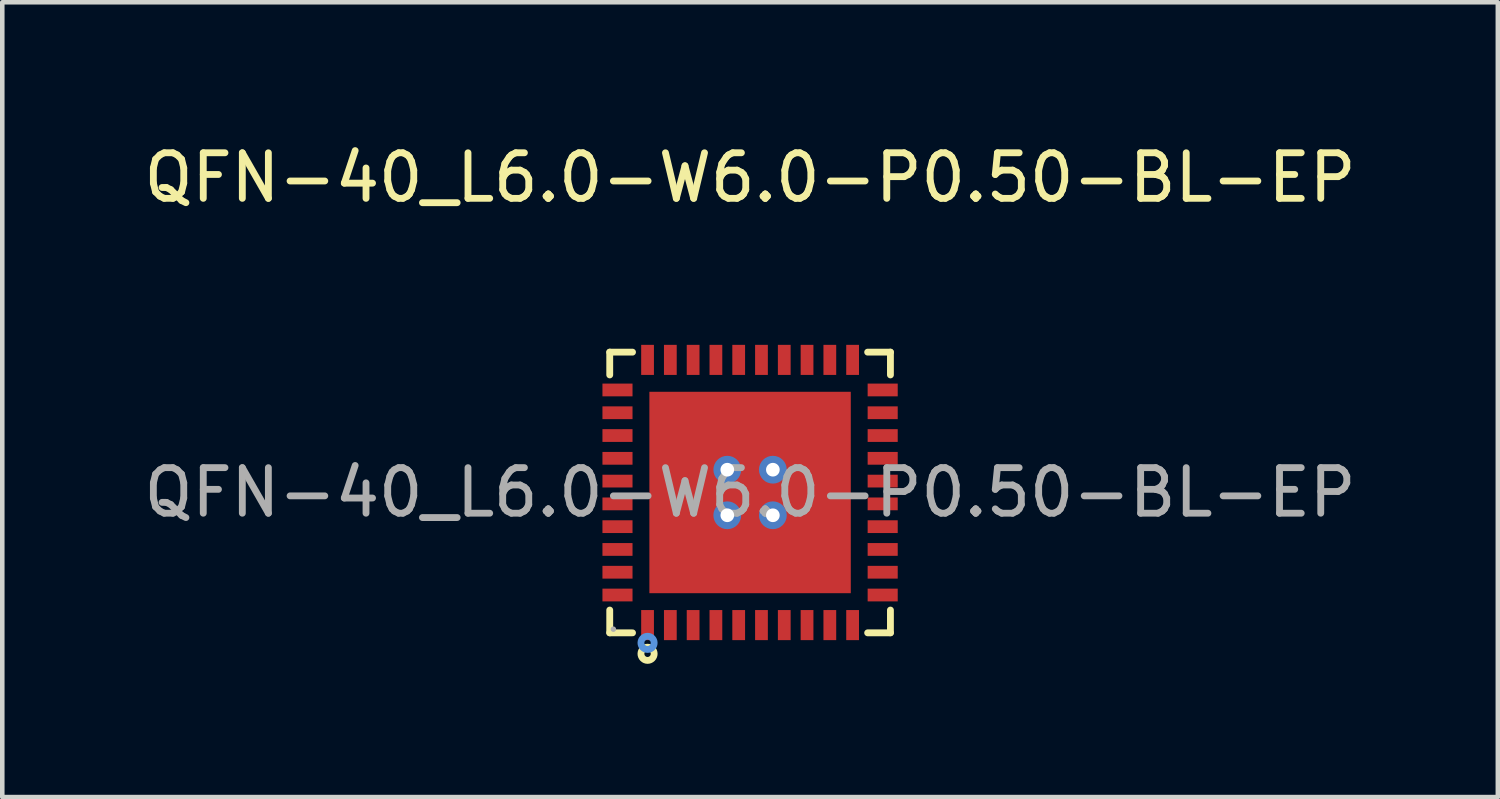
<source format=kicad_pcb>
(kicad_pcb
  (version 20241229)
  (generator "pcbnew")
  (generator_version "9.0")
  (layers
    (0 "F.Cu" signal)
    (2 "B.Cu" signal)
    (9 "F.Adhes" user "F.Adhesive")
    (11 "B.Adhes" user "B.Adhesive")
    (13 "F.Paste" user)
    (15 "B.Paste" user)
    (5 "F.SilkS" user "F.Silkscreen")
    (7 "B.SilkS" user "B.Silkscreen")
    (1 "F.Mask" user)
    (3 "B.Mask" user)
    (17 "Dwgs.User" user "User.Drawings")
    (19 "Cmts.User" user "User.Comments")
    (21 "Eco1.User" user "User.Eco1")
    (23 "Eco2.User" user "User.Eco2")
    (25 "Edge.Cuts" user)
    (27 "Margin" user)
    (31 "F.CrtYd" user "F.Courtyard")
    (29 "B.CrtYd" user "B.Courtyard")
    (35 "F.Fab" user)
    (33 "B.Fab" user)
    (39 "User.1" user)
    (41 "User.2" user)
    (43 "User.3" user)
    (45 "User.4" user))
  (footprint "QFN-40_L6.0-W6.0-P0.50-BL-EP"
    (layer "F.Cu")
    (at 13.411 7.758)
    (property "Reference" "QFN-40_L6.0-W6.0-P0.50-BL-EP" (at 0 -6.91 0) (layer "F.SilkS") (effects (font (size 1 1) (thickness 0.15))))
    (attr smd)
    (fp_line (start -3.08 -3.08) (end -2.58 -3.08) (stroke (width 0.15) (type solid)) (layer "F.SilkS"))
    (fp_line (start -3.08 -2.58) (end -3.08 -3.08) (stroke (width 0.15) (type solid)) (layer "F.SilkS"))
    (fp_line (start -3.08 2.58) (end -3.08 3.08) (stroke (width 0.15) (type solid)) (layer "F.SilkS"))
    (fp_line (start -3.08 3.08) (end -2.58 3.08) (stroke (width 0.15) (type solid)) (layer "F.SilkS"))
    (fp_line (start 3.08 -3.08) (end 2.58 -3.08) (stroke (width 0.15) (type solid)) (layer "F.SilkS"))
    (fp_line (start 3.08 -2.58) (end 3.08 -3.08) (stroke (width 0.15) (type solid)) (layer "F.SilkS"))
    (fp_line (start 3.08 2.58) (end 3.08 3.08) (stroke (width 0.15) (type solid)) (layer "F.SilkS"))
    (fp_line (start 3.08 3.08) (end 2.58 3.08) (stroke (width 0.15) (type solid)) (layer "F.SilkS"))
    (fp_circle (center -2.25 3.54) (end -2.18 3.54) (stroke (width 0.15) (type solid)) (fill no) (layer "F.SilkS"))
    (fp_circle (center -2.25 3.3) (end -2.18 3.3) (stroke (width 0.15) (type solid)) (fill no) (layer "Cmts.User"))
    (fp_circle (center -3 3) (end -2.97 3) (stroke (width 0.06) (type solid)) (fill no) (layer "F.Fab"))
    (fp_text user "${REFERENCE}" (at 0 0 0) (layer "F.Fab") (effects (font (size 1 1) (thickness 0.15))))
    (pad "" thru_hole circle (at -0.5 -0.5) (size 0.61 0.61) (drill 0.3) (layers "*.Cu" "*.Paste" "*.Mask"))
    (pad "" thru_hole circle (at -0.5 0.5) (size 0.61 0.61) (drill 0.3) (layers "*.Cu" "*.Paste" "*.Mask"))
    (pad "" thru_hole circle (at 0.5 -0.5) (size 0.61 0.61) (drill 0.3) (layers "*.Cu" "*.Paste" "*.Mask"))
    (pad "" thru_hole circle (at 0.5 0.5) (size 0.61 0.61) (drill 0.3) (layers "*.Cu" "*.Paste" "*.Mask"))
    (pad "1" smd rect (at -2.25 2.91) (size 0.28 0.66) (layers "F.Cu" "F.Mask" "F.Paste"))
    (pad "2" smd rect (at -1.75 2.91) (size 0.28 0.66) (layers "F.Cu" "F.Mask" "F.Paste"))
    (pad "3" smd rect (at -1.25 2.91) (size 0.28 0.66) (layers "F.Cu" "F.Mask" "F.Paste"))
    (pad "4" smd rect (at -0.75 2.91) (size 0.28 0.66) (layers "F.Cu" "F.Mask" "F.Paste"))
    (pad "5" smd rect (at -0.25 2.91) (size 0.28 0.66) (layers "F.Cu" "F.Mask" "F.Paste"))
    (pad "6" smd rect (at 0.25 2.91) (size 0.28 0.66) (layers "F.Cu" "F.Mask" "F.Paste"))
    (pad "7" smd rect (at 0.75 2.91) (size 0.28 0.66) (layers "F.Cu" "F.Mask" "F.Paste"))
    (pad "8" smd rect (at 1.25 2.91) (size 0.28 0.66) (layers "F.Cu" "F.Mask" "F.Paste"))
    (pad "9" smd rect (at 1.75 2.91) (size 0.28 0.66) (layers "F.Cu" "F.Mask" "F.Paste"))
    (pad "10" smd rect (at 2.25 2.91) (size 0.28 0.66) (layers "F.Cu" "F.Mask" "F.Paste"))
    (pad "11" smd rect (at 2.91 2.25) (size 0.66 0.28) (layers "F.Cu" "F.Mask" "F.Paste"))
    (pad "12" smd rect (at 2.91 1.75) (size 0.66 0.28) (layers "F.Cu" "F.Mask" "F.Paste"))
    (pad "13" smd rect (at 2.91 1.25) (size 0.66 0.28) (layers "F.Cu" "F.Mask" "F.Paste"))
    (pad "14" smd rect (at 2.91 0.75) (size 0.66 0.28) (layers "F.Cu" "F.Mask" "F.Paste"))
    (pad "15" smd rect (at 2.91 0.25) (size 0.66 0.28) (layers "F.Cu" "F.Mask" "F.Paste"))
    (pad "16" smd rect (at 2.91 -0.25) (size 0.66 0.28) (layers "F.Cu" "F.Mask" "F.Paste"))
    (pad "17" smd rect (at 2.91 -0.75) (size 0.66 0.28) (layers "F.Cu" "F.Mask" "F.Paste"))
    (pad "18" smd rect (at 2.91 -1.25) (size 0.66 0.28) (layers "F.Cu" "F.Mask" "F.Paste"))
    (pad "19" smd rect (at 2.91 -1.75) (size 0.66 0.28) (layers "F.Cu" "F.Mask" "F.Paste"))
    (pad "20" smd rect (at 2.91 -2.25) (size 0.66 0.28) (layers "F.Cu" "F.Mask" "F.Paste"))
    (pad "21" smd rect (at 2.25 -2.91) (size 0.28 0.66) (layers "F.Cu" "F.Mask" "F.Paste"))
    (pad "22" smd rect (at 1.75 -2.91) (size 0.28 0.66) (layers "F.Cu" "F.Mask" "F.Paste"))
    (pad "23" smd rect (at 1.25 -2.91) (size 0.28 0.66) (layers "F.Cu" "F.Mask" "F.Paste"))
    (pad "24" smd rect (at 0.75 -2.91) (size 0.28 0.66) (layers "F.Cu" "F.Mask" "F.Paste"))
    (pad "25" smd rect (at 0.25 -2.91) (size 0.28 0.66) (layers "F.Cu" "F.Mask" "F.Paste"))
    (pad "26" smd rect (at -0.25 -2.91) (size 0.28 0.66) (layers "F.Cu" "F.Mask" "F.Paste"))
    (pad "27" smd rect (at -0.75 -2.91) (size 0.28 0.66) (layers "F.Cu" "F.Mask" "F.Paste"))
    (pad "28" smd rect (at -1.25 -2.91) (size 0.28 0.66) (layers "F.Cu" "F.Mask" "F.Paste"))
    (pad "29" smd rect (at -1.75 -2.91) (size 0.28 0.66) (layers "F.Cu" "F.Mask" "F.Paste"))
    (pad "30" smd rect (at -2.25 -2.91) (size 0.28 0.66) (layers "F.Cu" "F.Mask" "F.Paste"))
    (pad "31" smd rect (at -2.91 -2.25) (size 0.66 0.28) (layers "F.Cu" "F.Mask" "F.Paste"))
    (pad "32" smd rect (at -2.91 -1.75) (size 0.66 0.28) (layers "F.Cu" "F.Mask" "F.Paste"))
    (pad "33" smd rect (at -2.91 -1.25) (size 0.66 0.28) (layers "F.Cu" "F.Mask" "F.Paste"))
    (pad "34" smd rect (at -2.91 -0.75) (size 0.66 0.28) (layers "F.Cu" "F.Mask" "F.Paste"))
    (pad "35" smd rect (at -2.91 -0.25) (size 0.66 0.28) (layers "F.Cu" "F.Mask" "F.Paste"))
    (pad "36" smd rect (at -2.91 0.25) (size 0.66 0.28) (layers "F.Cu" "F.Mask" "F.Paste"))
    (pad "37" smd rect (at -2.91 0.75) (size 0.66 0.28) (layers "F.Cu" "F.Mask" "F.Paste"))
    (pad "38" smd rect (at -2.91 1.25) (size 0.66 0.28) (layers "F.Cu" "F.Mask" "F.Paste"))
    (pad "39" smd rect (at -2.91 1.75) (size 0.66 0.28) (layers "F.Cu" "F.Mask" "F.Paste"))
    (pad "40" smd rect (at -2.91 2.25) (size 0.66 0.28) (layers "F.Cu" "F.Mask" "F.Paste"))
    (pad "41" smd rect (at 0 0) (size 4.42 4.42) (layers "F.Cu" "F.Mask" "F.Paste")))
  (gr_rect
    (start -3 -3)
    (end 29.821 14.443)
    (stroke (width 0.1) (type default))
    (fill no)
    (layer "Edge.Cuts")))
</source>
